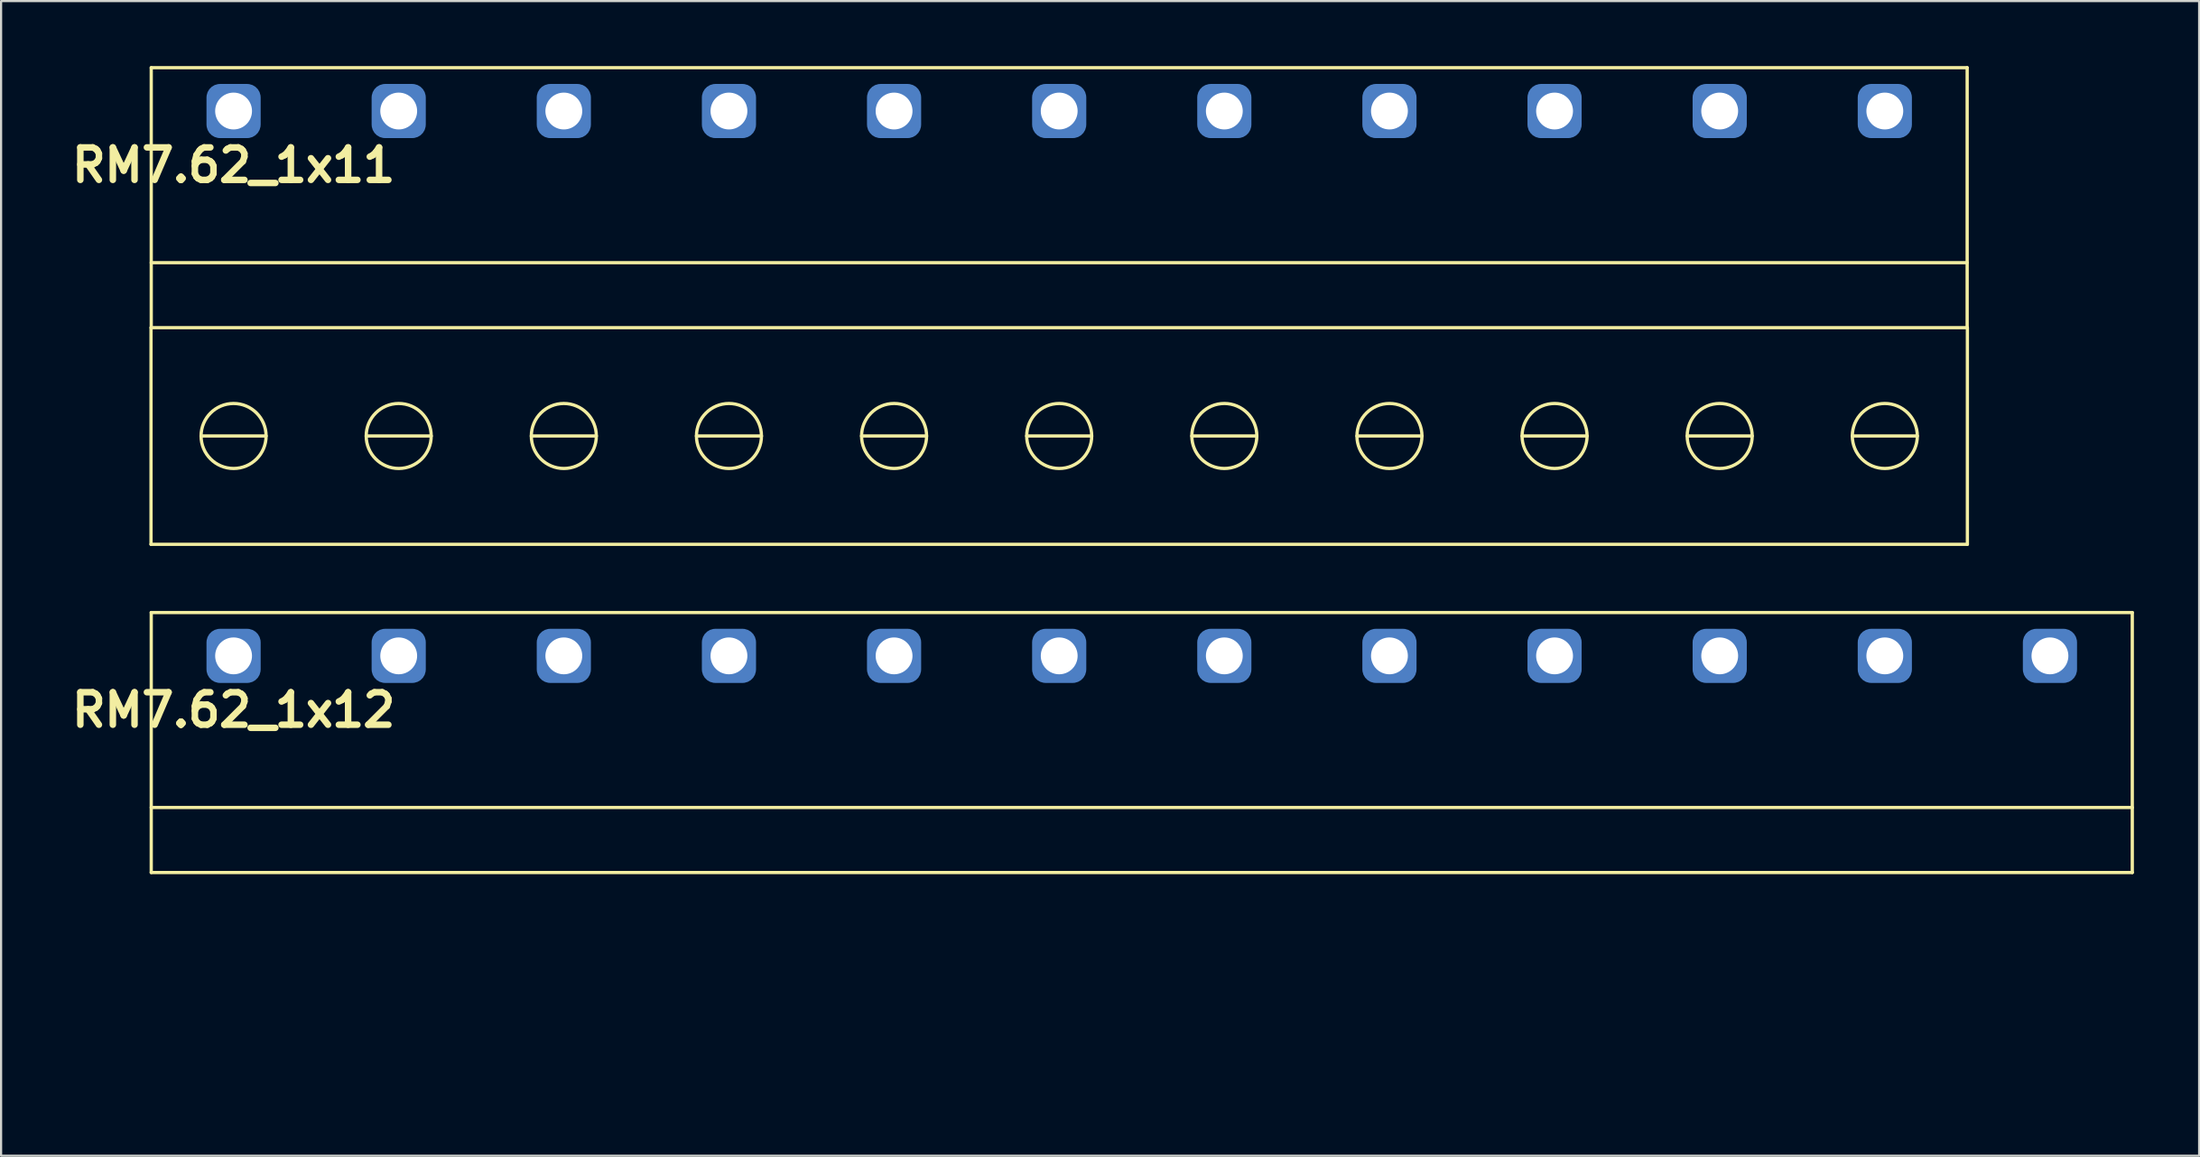
<source format=kicad_pcb>
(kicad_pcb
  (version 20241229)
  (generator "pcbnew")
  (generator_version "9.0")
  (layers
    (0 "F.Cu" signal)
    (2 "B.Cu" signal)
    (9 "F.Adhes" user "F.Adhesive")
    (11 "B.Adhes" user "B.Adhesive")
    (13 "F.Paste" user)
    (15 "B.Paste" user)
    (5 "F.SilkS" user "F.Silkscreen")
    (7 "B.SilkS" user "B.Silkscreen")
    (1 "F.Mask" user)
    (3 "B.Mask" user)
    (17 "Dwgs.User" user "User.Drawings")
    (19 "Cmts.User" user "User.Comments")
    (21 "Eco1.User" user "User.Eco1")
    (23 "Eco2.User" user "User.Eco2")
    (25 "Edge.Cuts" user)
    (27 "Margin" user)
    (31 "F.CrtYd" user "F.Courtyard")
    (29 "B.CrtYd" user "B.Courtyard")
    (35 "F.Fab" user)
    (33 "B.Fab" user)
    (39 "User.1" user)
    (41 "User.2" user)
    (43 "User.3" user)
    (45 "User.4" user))
  (footprint "RM7.62_1x12"
    (layer "F.Cu")
    (at 7.729 27.225)
    (property "Reference" "RM7.62_1x12" (at 0 2.5 0) (layer "F.SilkS") (effects (font (size 1.5 1.5) (thickness 0.3))))
    (attr through_hole)
    (fp_line (start -3.8 -2) (end -3.8 10) (stroke (width 0.15) (type solid)) (layer "F.SilkS"))
    (fp_line (start -3.8 7) (end 87.62 7) (stroke (width 0.15) (type solid)) (layer "F.SilkS"))
    (fp_line (start -3.8 10) (end 87.62 10) (stroke (width 0.15) (type solid)) (layer "F.SilkS"))
    (fp_line (start 87.62 -2) (end -3.8 -2) (stroke (width 0.15) (type solid)) (layer "F.SilkS"))
    (fp_line (start 87.62 10) (end 87.62 -2) (stroke (width 0.15) (type solid)) (layer "F.SilkS"))
    (fp_line (start -3.81 20) (end -3.81 10) (stroke (width 0.15) (type solid)) (layer "Margin"))
    (fp_line (start -3.81 20) (end 87.63 20) (stroke (width 0.15) (type solid)) (layer "Margin"))
    (fp_line (start -1.5 15) (end 1.5 15) (stroke (width 0.15) (type solid)) (layer "Margin"))
    (fp_line (start 6.12 15) (end 9.12 15) (stroke (width 0.15) (type solid)) (layer "Margin"))
    (fp_line (start 13.74 15) (end 16.74 15) (stroke (width 0.15) (type solid)) (layer "Margin"))
    (fp_line (start 21.36 15) (end 24.36 15) (stroke (width 0.15) (type solid)) (layer "Margin"))
    (fp_line (start 28.98 15) (end 31.98 15) (stroke (width 0.15) (type solid)) (layer "Margin"))
    (fp_line (start 36.6 15) (end 39.6 15) (stroke (width 0.15) (type solid)) (layer "Margin"))
    (fp_line (start 44.22 15) (end 47.22 15) (stroke (width 0.15) (type solid)) (layer "Margin"))
    (fp_line (start 51.84 15) (end 54.84 15) (stroke (width 0.15) (type solid)) (layer "Margin"))
    (fp_line (start 59.46 15) (end 62.46 15) (stroke (width 0.15) (type solid)) (layer "Margin"))
    (fp_line (start 67.08 15) (end 70.08 15) (stroke (width 0.15) (type solid)) (layer "Margin"))
    (fp_line (start 74.7 15) (end 77.7 15) (stroke (width 0.15) (type solid)) (layer "Margin"))
    (fp_line (start 82.32 15) (end 85.32 15) (stroke (width 0.15) (type solid)) (layer "Margin"))
    (fp_line (start 87.63 20) (end 87.63 10) (stroke (width 0.15) (type solid)) (layer "Margin"))
    (fp_circle (center 0 15) (end 0 13.5) (stroke (width 0.15) (type solid)) (fill no) (layer "Margin"))
    (fp_circle (center 7.62 15) (end 7.62 13.5) (stroke (width 0.15) (type solid)) (fill no) (layer "Margin"))
    (fp_circle (center 15.24 15) (end 15.24 13.5) (stroke (width 0.15) (type solid)) (fill no) (layer "Margin"))
    (fp_circle (center 22.86 15) (end 22.86 13.5) (stroke (width 0.15) (type solid)) (fill no) (layer "Margin"))
    (fp_circle (center 30.48 15) (end 30.48 13.5) (stroke (width 0.15) (type solid)) (fill no) (layer "Margin"))
    (fp_circle (center 38.1 15) (end 38.1 13.5) (stroke (width 0.15) (type solid)) (fill no) (layer "Margin"))
    (fp_circle (center 45.72 15) (end 45.72 13.5) (stroke (width 0.15) (type solid)) (fill no) (layer "Margin"))
    (fp_circle (center 53.34 15) (end 53.34 13.5) (stroke (width 0.15) (type solid)) (fill no) (layer "Margin"))
    (fp_circle (center 60.96 15) (end 60.96 13.5) (stroke (width 0.15) (type solid)) (fill no) (layer "Margin"))
    (fp_circle (center 68.58 15) (end 68.58 13.5) (stroke (width 0.15) (type solid)) (fill no) (layer "Margin"))
    (fp_circle (center 76.2 15) (end 76.2 13.5) (stroke (width 0.15) (type solid)) (fill no) (layer "Margin"))
    (fp_circle (center 83.82 15) (end 83.82 13.5) (stroke (width 0.15) (type solid)) (fill no) (layer "Margin"))
    (pad "1" thru_hole circle (at 0 0) (size 2 2) (drill 1.7) (layers "*.Cu" "*.Mask"))
    (pad "1" smd roundrect (at 0 0) (size 2.5 2.5) (layers "B.Cu" "B.Mask") (roundrect_rratio 0.25))
    (pad "2" thru_hole circle (at 7.62 0) (size 2 2) (drill 1.7) (layers "*.Cu" "*.Mask"))
    (pad "2" smd roundrect (at 7.62 0) (size 2.5 2.5) (layers "B.Cu" "B.Mask") (roundrect_rratio 0.25))
    (pad "3" thru_hole circle (at 15.24 0) (size 2 2) (drill 1.7) (layers "*.Cu" "*.Mask"))
    (pad "3" smd roundrect (at 15.24 0) (size 2.5 2.5) (layers "B.Cu" "B.Mask") (roundrect_rratio 0.25))
    (pad "4" thru_hole circle (at 22.86 0) (size 2 2) (drill 1.7) (layers "*.Cu" "*.Mask"))
    (pad "4" smd roundrect (at 22.86 0) (size 2.5 2.5) (layers "B.Cu" "B.Mask") (roundrect_rratio 0.25))
    (pad "5" thru_hole circle (at 30.48 0) (size 2 2) (drill 1.7) (layers "*.Cu" "*.Mask"))
    (pad "5" smd roundrect (at 30.48 0) (size 2.5 2.5) (layers "B.Cu" "B.Mask") (roundrect_rratio 0.25))
    (pad "6" thru_hole circle (at 38.1 0) (size 2 2) (drill 1.7) (layers "*.Cu" "*.Mask"))
    (pad "6" smd roundrect (at 38.1 0) (size 2.5 2.5) (layers "B.Cu" "B.Mask") (roundrect_rratio 0.25))
    (pad "7" thru_hole circle (at 45.72 0) (size 2 2) (drill 1.7) (layers "*.Cu" "*.Mask"))
    (pad "7" smd roundrect (at 45.72 0) (size 2.5 2.5) (layers "B.Cu" "B.Mask") (roundrect_rratio 0.25))
    (pad "8" thru_hole circle (at 53.34 0) (size 2 2) (drill 1.7) (layers "*.Cu" "*.Mask"))
    (pad "8" smd roundrect (at 53.34 0) (size 2.5 2.5) (layers "B.Cu" "B.Mask") (roundrect_rratio 0.25))
    (pad "9" thru_hole circle (at 60.96 0) (size 2 2) (drill 1.7) (layers "*.Cu" "*.Mask"))
    (pad "9" smd roundrect (at 60.96 0) (size 2.5 2.5) (layers "B.Cu" "B.Mask") (roundrect_rratio 0.25))
    (pad "10" thru_hole circle (at 68.58 0) (size 2 2) (drill 1.7) (layers "*.Cu" "*.Mask"))
    (pad "10" smd roundrect (at 68.58 0) (size 2.5 2.5) (layers "B.Cu" "B.Mask") (roundrect_rratio 0.25))
    (pad "11" thru_hole circle (at 76.2 0) (size 2 2) (drill 1.7) (layers "*.Cu" "*.Mask"))
    (pad "11" smd roundrect (at 76.2 0) (size 2.5 2.5) (layers "B.Cu" "B.Mask") (roundrect_rratio 0.25))
    (pad "12" thru_hole circle (at 83.82 0) (size 2 2) (drill 1.7) (layers "*.Cu" "*.Mask"))
    (pad "12" smd roundrect (at 83.82 0) (size 2.5 2.5) (layers "B.Cu" "B.Mask") (roundrect_rratio 0.25)))
  (footprint "RM7.62_1x11"
    (layer "F.Cu")
    (at 7.729 2.075)
    (property "Reference" "RM7.62_1x11" (at 0 2.5 0) (layer "F.SilkS") (effects (font (size 1.5 1.5) (thickness 0.3))))
    (attr through_hole)
    (fp_line (start -3.81 20) (end -3.81 10) (stroke (width 0.15) (type solid)) (layer "F.SilkS"))
    (fp_line (start -3.81 20) (end 80.01 20) (stroke (width 0.15) (type solid)) (layer "F.SilkS"))
    (fp_line (start -3.8 -2) (end -3.8 10) (stroke (width 0.15) (type solid)) (layer "F.SilkS"))
    (fp_line (start -3.8 7) (end 80 7) (stroke (width 0.15) (type solid)) (layer "F.SilkS"))
    (fp_line (start -3.8 10) (end 80 10) (stroke (width 0.15) (type solid)) (layer "F.SilkS"))
    (fp_line (start -1.5 15) (end 1.5 15) (stroke (width 0.15) (type solid)) (layer "F.SilkS"))
    (fp_line (start 6.12 15) (end 9.12 15) (stroke (width 0.15) (type solid)) (layer "F.SilkS"))
    (fp_line (start 13.74 15) (end 16.74 15) (stroke (width 0.15) (type solid)) (layer "F.SilkS"))
    (fp_line (start 21.36 15) (end 24.36 15) (stroke (width 0.15) (type solid)) (layer "F.SilkS"))
    (fp_line (start 28.98 15) (end 31.98 15) (stroke (width 0.15) (type solid)) (layer "F.SilkS"))
    (fp_line (start 36.6 15) (end 39.6 15) (stroke (width 0.15) (type solid)) (layer "F.SilkS"))
    (fp_line (start 44.22 15) (end 47.22 15) (stroke (width 0.15) (type solid)) (layer "F.SilkS"))
    (fp_line (start 51.84 15) (end 54.84 15) (stroke (width 0.15) (type solid)) (layer "F.SilkS"))
    (fp_line (start 59.46 15) (end 62.46 15) (stroke (width 0.15) (type solid)) (layer "F.SilkS"))
    (fp_line (start 67.08 15) (end 70.08 15) (stroke (width 0.15) (type solid)) (layer "F.SilkS"))
    (fp_line (start 74.7 15) (end 77.7 15) (stroke (width 0.15) (type solid)) (layer "F.SilkS"))
    (fp_line (start 80 -2) (end -3.8 -2) (stroke (width 0.15) (type solid)) (layer "F.SilkS"))
    (fp_line (start 80 10) (end 80 -2) (stroke (width 0.15) (type solid)) (layer "F.SilkS"))
    (fp_line (start 80.01 20) (end 80.01 10) (stroke (width 0.15) (type solid)) (layer "F.SilkS"))
    (fp_circle (center 0 15) (end 0 13.5) (stroke (width 0.15) (type solid)) (fill no) (layer "F.SilkS"))
    (fp_circle (center 7.62 15) (end 7.62 13.5) (stroke (width 0.15) (type solid)) (fill no) (layer "F.SilkS"))
    (fp_circle (center 15.24 15) (end 15.24 13.5) (stroke (width 0.15) (type solid)) (fill no) (layer "F.SilkS"))
    (fp_circle (center 22.86 15) (end 22.86 13.5) (stroke (width 0.15) (type solid)) (fill no) (layer "F.SilkS"))
    (fp_circle (center 30.48 15) (end 30.48 13.5) (stroke (width 0.15) (type solid)) (fill no) (layer "F.SilkS"))
    (fp_circle (center 38.1 15) (end 38.1 13.5) (stroke (width 0.15) (type solid)) (fill no) (layer "F.SilkS"))
    (fp_circle (center 45.72 15) (end 45.72 13.5) (stroke (width 0.15) (type solid)) (fill no) (layer "F.SilkS"))
    (fp_circle (center 53.34 15) (end 53.34 13.5) (stroke (width 0.15) (type solid)) (fill no) (layer "F.SilkS"))
    (fp_circle (center 60.96 15) (end 60.96 13.5) (stroke (width 0.15) (type solid)) (fill no) (layer "F.SilkS"))
    (fp_circle (center 68.58 15) (end 68.58 13.5) (stroke (width 0.15) (type solid)) (fill no) (layer "F.SilkS"))
    (fp_circle (center 76.2 15) (end 76.2 13.5) (stroke (width 0.15) (type solid)) (fill no) (layer "F.SilkS"))
    (pad "1" thru_hole circle (at 0 0) (size 2 2) (drill 1.7) (layers "*.Cu" "*.Mask"))
    (pad "1" smd roundrect (at 0 0) (size 2.5 2.5) (layers "B.Cu" "B.Mask") (roundrect_rratio 0.25))
    (pad "2" thru_hole circle (at 7.62 0) (size 2 2) (drill 1.7) (layers "*.Cu" "*.Mask"))
    (pad "2" smd roundrect (at 7.62 0) (size 2.5 2.5) (layers "B.Cu" "B.Mask") (roundrect_rratio 0.25))
    (pad "3" thru_hole circle (at 15.24 0) (size 2 2) (drill 1.7) (layers "*.Cu" "*.Mask"))
    (pad "3" smd roundrect (at 15.24 0) (size 2.5 2.5) (layers "B.Cu" "B.Mask") (roundrect_rratio 0.25))
    (pad "4" thru_hole circle (at 22.86 0) (size 2 2) (drill 1.7) (layers "*.Cu" "*.Mask"))
    (pad "4" smd roundrect (at 22.86 0) (size 2.5 2.5) (layers "B.Cu" "B.Mask") (roundrect_rratio 0.25))
    (pad "5" thru_hole circle (at 30.48 0) (size 2 2) (drill 1.7) (layers "*.Cu" "*.Mask"))
    (pad "5" smd roundrect (at 30.48 0) (size 2.5 2.5) (layers "B.Cu" "B.Mask") (roundrect_rratio 0.25))
    (pad "6" thru_hole circle (at 38.1 0) (size 2 2) (drill 1.7) (layers "*.Cu" "*.Mask"))
    (pad "6" smd roundrect (at 38.1 0) (size 2.5 2.5) (layers "B.Cu" "B.Mask") (roundrect_rratio 0.25))
    (pad "7" thru_hole circle (at 45.72 0) (size 2 2) (drill 1.7) (layers "*.Cu" "*.Mask"))
    (pad "7" smd roundrect (at 45.72 0) (size 2.5 2.5) (layers "B.Cu" "B.Mask") (roundrect_rratio 0.25))
    (pad "8" thru_hole circle (at 53.34 0) (size 2 2) (drill 1.7) (layers "*.Cu" "*.Mask"))
    (pad "8" smd roundrect (at 53.34 0) (size 2.5 2.5) (layers "B.Cu" "B.Mask") (roundrect_rratio 0.25))
    (pad "9" thru_hole circle (at 60.96 0) (size 2 2) (drill 1.7) (layers "*.Cu" "*.Mask"))
    (pad "9" smd roundrect (at 60.96 0) (size 2.5 2.5) (layers "B.Cu" "B.Mask") (roundrect_rratio 0.25))
    (pad "10" thru_hole circle (at 68.58 0) (size 2 2) (drill 1.7) (layers "*.Cu" "*.Mask"))
    (pad "10" smd roundrect (at 68.58 0) (size 2.5 2.5) (layers "B.Cu" "B.Mask") (roundrect_rratio 0.25))
    (pad "11" thru_hole circle (at 76.2 0) (size 2 2) (drill 1.7) (layers "*.Cu" "*.Mask"))
    (pad "11" smd roundrect (at 76.2 0) (size 2.5 2.5) (layers "B.Cu" "B.Mask") (roundrect_rratio 0.25)))
  (gr_rect
    (start -3 -3)
    (end 98.434 50.3)
    (stroke (width 0.1) (type default))
    (fill no)
    (layer "Edge.Cuts")))
</source>
